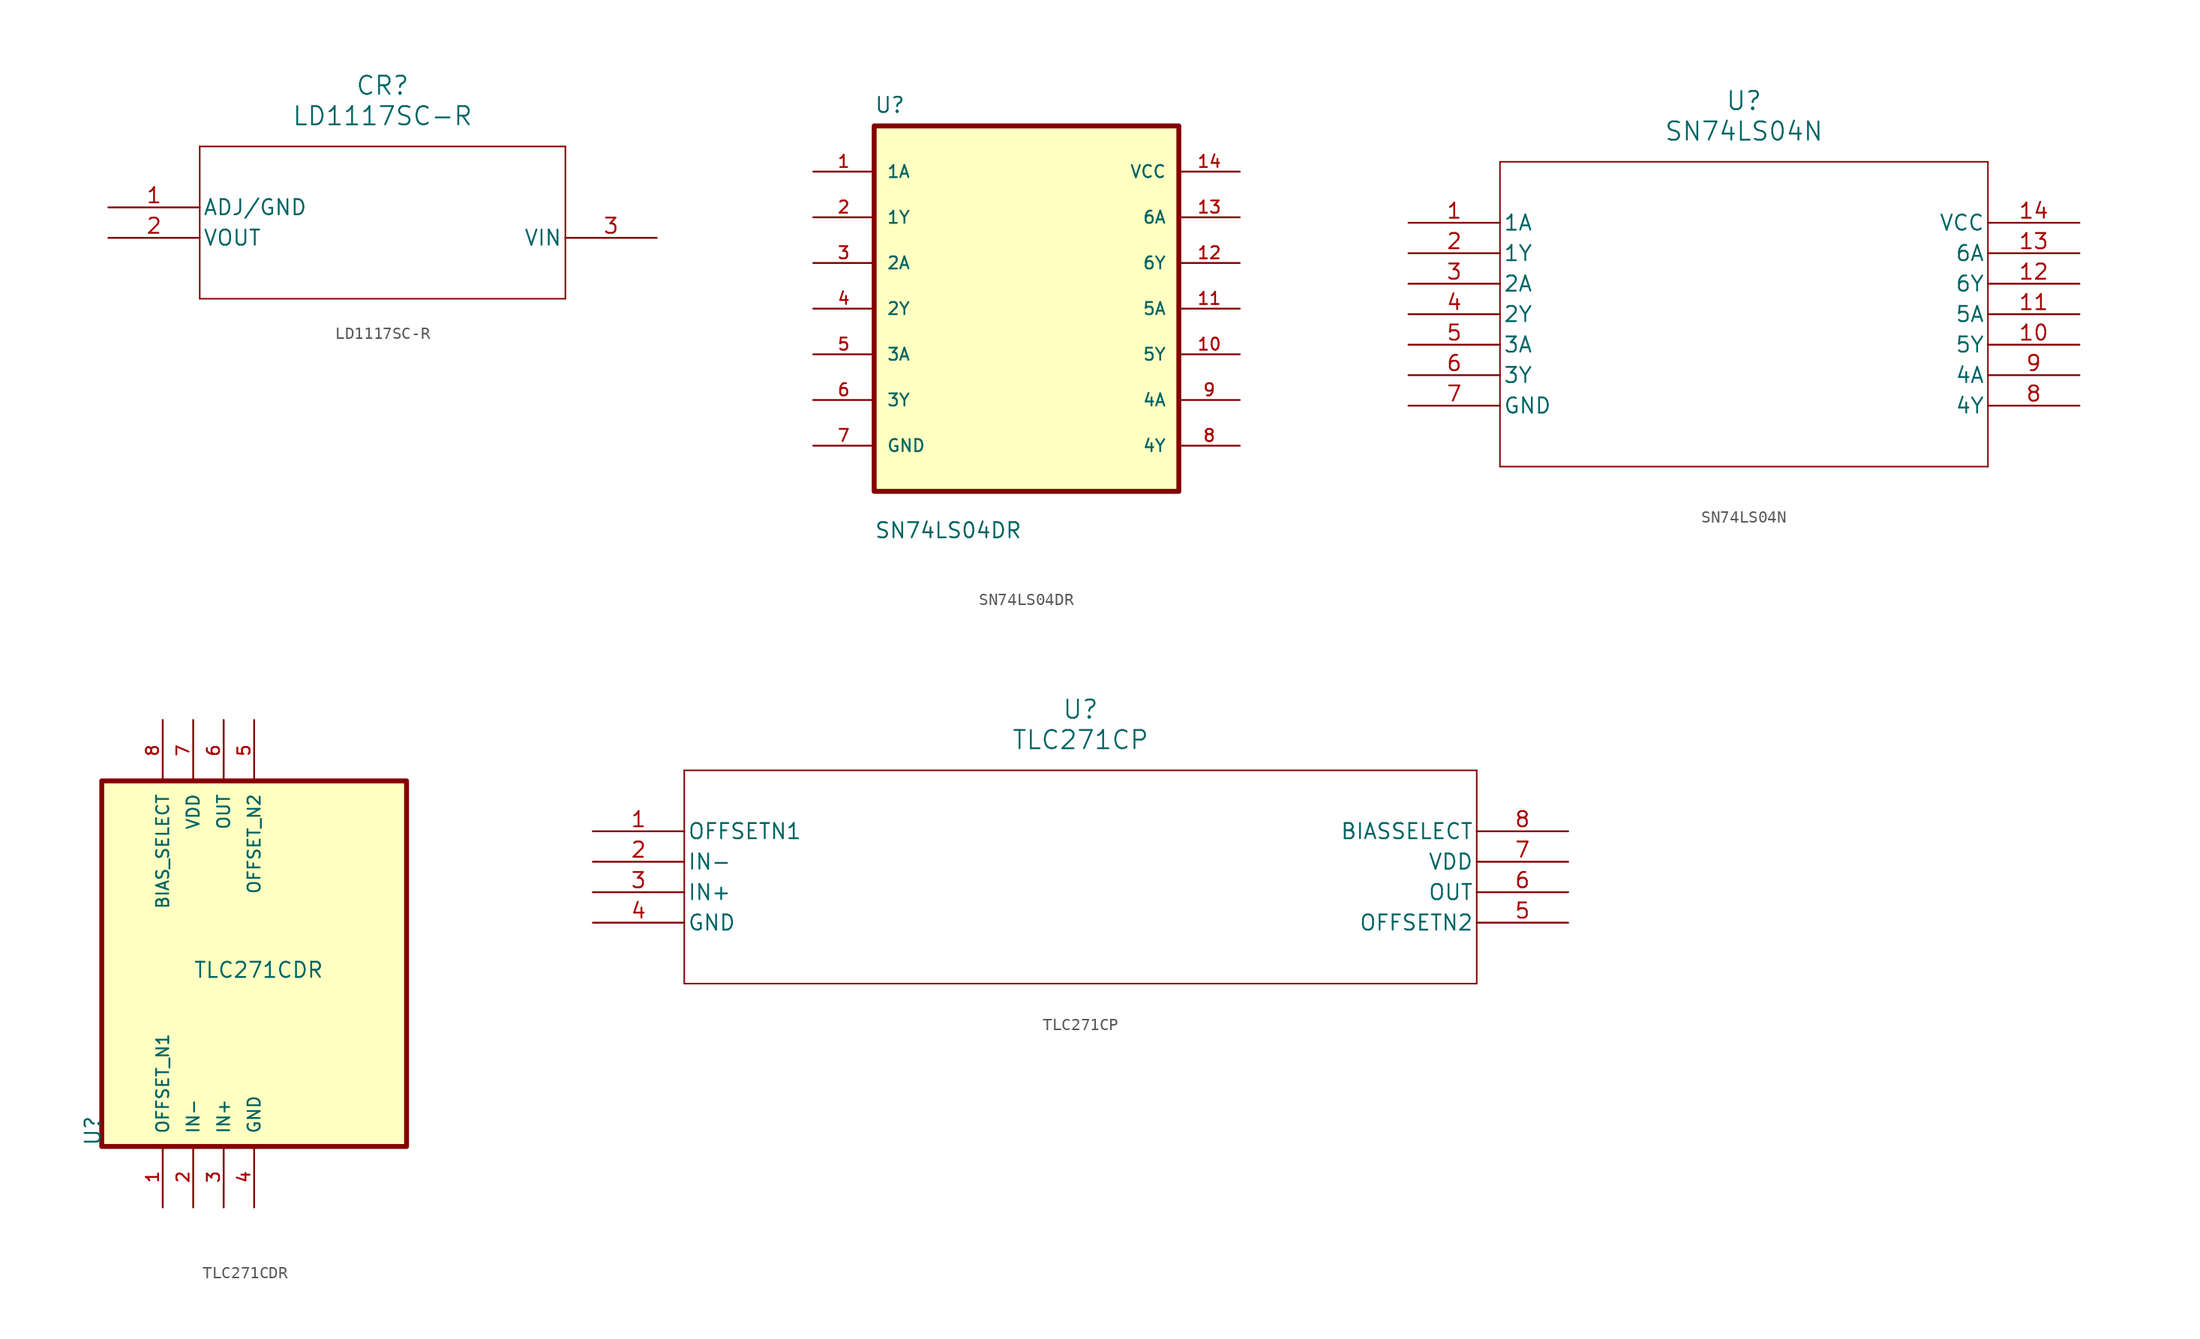
<source format=kicad_sym>
(kicad_symbol_lib
  (version 20211014)
  (generator kicad_symbol_editor)
  (symbol "LD1117SC-R"
    (pin_names
      (offset 0.254))
    (property "Reference" "CR"
      (at 22.86 10.16 0)
      (effects (font (size 1.524 1.524))))
    (property "Value" "LD1117SC-R"
      (at 22.86 7.62 0)
      (effects (font (size 1.524 1.524))))
    (property "ki_locked" ""
      (at 0 0 0)
      (effects (font (size 1.27 1.27))))
    (symbol "LD1117SC-R_0_1"
      (polyline (pts (xy 7.62 -7.62) (xy 38.1 -7.62)) (stroke (width 0.127) (type default) (color 0 0 0 0)) (fill (type none)))
      (polyline (pts (xy 7.62 5.08) (xy 7.62 -7.62)) (stroke (width 0.127) (type default) (color 0 0 0 0)) (fill (type none)))
      (polyline (pts (xy 38.1 -7.62) (xy 38.1 5.08)) (stroke (width 0.127) (type default) (color 0 0 0 0)) (fill (type none)))
      (polyline (pts (xy 38.1 5.08) (xy 7.62 5.08)) (stroke (width 0.127) (type default) (color 0 0 0 0)) (fill (type none)))
      (pin power_out line (at 0 0 0) (length 7.62) (name "ADJ/GND" (effects (font (size 1.27 1.27)))) (number "1" (effects (font (size 1.27 1.27)))))
      (pin power_in line (at 0 -2.54 0) (length 7.62) (name "VOUT" (effects (font (size 1.27 1.27)))) (number "2" (effects (font (size 1.27 1.27)))))
      (pin power_in line (at 45.72 -2.54 180) (length 7.62) (name "VIN" (effects (font (size 1.27 1.27)))) (number "3" (effects (font (size 1.27 1.27)))))))
  (symbol "SN74LS04DR"
    (pin_names
      (offset 1.016))
    (property "Reference" "U"
      (at -12.7 16.24 0)
      (effects (font (size 1.27 1.27)) (justify left bottom)))
    (property "Value" "SN74LS04DR"
      (at -12.7 -19.24 0)
      (effects (font (size 1.27 1.27)) (justify left bottom)))
    (symbol "SN74LS04DR_0_0"
      (rectangle (start -12.7 -15.24) (end 12.7 15.24) (stroke (width 0.41) (type default) (color 0 0 0 0)) (fill (type background)))
      (pin input line (at -17.78 11.43 0) (length 5.08) (name "1A" (effects (font (size 1.016 1.016)))) (number "1" (effects (font (size 1.016 1.016)))))
      (pin output line (at 17.78 -3.81 180) (length 5.08) (name "5Y" (effects (font (size 1.016 1.016)))) (number "10" (effects (font (size 1.016 1.016)))))
      (pin input line (at 17.78 0 180) (length 5.08) (name "5A" (effects (font (size 1.016 1.016)))) (number "11" (effects (font (size 1.016 1.016)))))
      (pin output line (at 17.78 3.81 180) (length 5.08) (name "6Y" (effects (font (size 1.016 1.016)))) (number "12" (effects (font (size 1.016 1.016)))))
      (pin input line (at 17.78 7.62 180) (length 5.08) (name "6A" (effects (font (size 1.016 1.016)))) (number "13" (effects (font (size 1.016 1.016)))))
      (pin power_in line (at 17.78 11.43 180) (length 5.08) (name "VCC" (effects (font (size 1.016 1.016)))) (number "14" (effects (font (size 1.016 1.016)))))
      (pin output line (at -17.78 7.62 0) (length 5.08) (name "1Y" (effects (font (size 1.016 1.016)))) (number "2" (effects (font (size 1.016 1.016)))))
      (pin input line (at -17.78 3.81 0) (length 5.08) (name "2A" (effects (font (size 1.016 1.016)))) (number "3" (effects (font (size 1.016 1.016)))))
      (pin output line (at -17.78 0 0) (length 5.08) (name "2Y" (effects (font (size 1.016 1.016)))) (number "4" (effects (font (size 1.016 1.016)))))
      (pin input line (at -17.78 -3.81 0) (length 5.08) (name "3A" (effects (font (size 1.016 1.016)))) (number "5" (effects (font (size 1.016 1.016)))))
      (pin output line (at -17.78 -7.62 0) (length 5.08) (name "3Y" (effects (font (size 1.016 1.016)))) (number "6" (effects (font (size 1.016 1.016)))))
      (pin power_in line (at -17.78 -11.43 0) (length 5.08) (name "GND" (effects (font (size 1.016 1.016)))) (number "7" (effects (font (size 1.016 1.016)))))
      (pin output line (at 17.78 -11.43 180) (length 5.08) (name "4Y" (effects (font (size 1.016 1.016)))) (number "8" (effects (font (size 1.016 1.016)))))
      (pin input line (at 17.78 -7.62 180) (length 5.08) (name "4A" (effects (font (size 1.016 1.016)))) (number "9" (effects (font (size 1.016 1.016)))))))
  (symbol "SN74LS04N"
    (pin_names
      (offset 0.254))
    (property "Reference" "U"
      (at 27.94 10.16 0)
      (effects (font (size 1.524 1.524))))
    (property "Value" "SN74LS04N"
      (at 27.94 7.62 0)
      (effects (font (size 1.524 1.524))))
    (property "ki_locked" ""
      (at 0 0 0)
      (effects (font (size 1.27 1.27))))
    (symbol "SN74LS04N_0_1"
      (polyline (pts (xy 7.62 -20.32) (xy 48.26 -20.32)) (stroke (width 0.127) (type default) (color 0 0 0 0)) (fill (type none)))
      (polyline (pts (xy 7.62 5.08) (xy 7.62 -20.32)) (stroke (width 0.127) (type default) (color 0 0 0 0)) (fill (type none)))
      (polyline (pts (xy 48.26 -20.32) (xy 48.26 5.08)) (stroke (width 0.127) (type default) (color 0 0 0 0)) (fill (type none)))
      (polyline (pts (xy 48.26 5.08) (xy 7.62 5.08)) (stroke (width 0.127) (type default) (color 0 0 0 0)) (fill (type none)))
      (pin input line (at 0 0 0) (length 7.62) (name "1A" (effects (font (size 1.27 1.27)))) (number "1" (effects (font (size 1.27 1.27)))))
      (pin output line (at 55.88 -10.16 180) (length 7.62) (name "5Y" (effects (font (size 1.27 1.27)))) (number "10" (effects (font (size 1.27 1.27)))))
      (pin input line (at 55.88 -7.62 180) (length 7.62) (name "5A" (effects (font (size 1.27 1.27)))) (number "11" (effects (font (size 1.27 1.27)))))
      (pin output line (at 55.88 -5.08 180) (length 7.62) (name "6Y" (effects (font (size 1.27 1.27)))) (number "12" (effects (font (size 1.27 1.27)))))
      (pin input line (at 55.88 -2.54 180) (length 7.62) (name "6A" (effects (font (size 1.27 1.27)))) (number "13" (effects (font (size 1.27 1.27)))))
      (pin power_in line (at 55.88 0 180) (length 7.62) (name "VCC" (effects (font (size 1.27 1.27)))) (number "14" (effects (font (size 1.27 1.27)))))
      (pin output line (at 0 -2.54 0) (length 7.62) (name "1Y" (effects (font (size 1.27 1.27)))) (number "2" (effects (font (size 1.27 1.27)))))
      (pin input line (at 0 -5.08 0) (length 7.62) (name "2A" (effects (font (size 1.27 1.27)))) (number "3" (effects (font (size 1.27 1.27)))))
      (pin output line (at 0 -7.62 0) (length 7.62) (name "2Y" (effects (font (size 1.27 1.27)))) (number "4" (effects (font (size 1.27 1.27)))))
      (pin input line (at 0 -10.16 0) (length 7.62) (name "3A" (effects (font (size 1.27 1.27)))) (number "5" (effects (font (size 1.27 1.27)))))
      (pin output line (at 0 -12.7 0) (length 7.62) (name "3Y" (effects (font (size 1.27 1.27)))) (number "6" (effects (font (size 1.27 1.27)))))
      (pin power_in line (at 0 -15.24 0) (length 7.62) (name "GND" (effects (font (size 1.27 1.27)))) (number "7" (effects (font (size 1.27 1.27)))))
      (pin output line (at 55.88 -15.24 180) (length 7.62) (name "4Y" (effects (font (size 1.27 1.27)))) (number "8" (effects (font (size 1.27 1.27)))))
      (pin input line (at 55.88 -12.7 180) (length 7.62) (name "4A" (effects (font (size 1.27 1.27)))) (number "9" (effects (font (size 1.27 1.27)))))))
  (symbol "TLC271CDR"
    (pin_names
      (offset 1.016))
    (property "Reference" "U"
      (at -12.7 -15.24 90)
      (effects (font (size 1.27 1.27)) (justify left bottom)))
    (property "Value" "TLC271CDR"
      (at -5.08 -1.27 0)
      (effects (font (size 1.27 1.27)) (justify left bottom)))
    (symbol "TLC271CDR_0_0"
      (rectangle (start -12.7 -15.24) (end 12.7 15.24) (stroke (width 0.41) (type default) (color 0 0 0 0)) (fill (type background)))
      (pin bidirectional line (at -7.62 -20.32 90) (length 5.08) (name "OFFSET_N1" (effects (font (size 1.016 1.016)))) (number "1" (effects (font (size 1.016 1.016)))))
      (pin input line (at -5.08 -20.32 90) (length 5.08) (name "IN-" (effects (font (size 1.016 1.016)))) (number "2" (effects (font (size 1.016 1.016)))))
      (pin input line (at -2.54 -20.32 90) (length 5.08) (name "IN+" (effects (font (size 1.016 1.016)))) (number "3" (effects (font (size 1.016 1.016)))))
      (pin power_in line (at 0 -20.32 90) (length 5.08) (name "GND" (effects (font (size 1.016 1.016)))) (number "4" (effects (font (size 1.016 1.016)))))
      (pin bidirectional line (at 0 20.32 270) (length 5.08) (name "OFFSET_N2" (effects (font (size 1.016 1.016)))) (number "5" (effects (font (size 1.016 1.016)))))
      (pin output line (at -2.54 20.32 270) (length 5.08) (name "OUT" (effects (font (size 1.016 1.016)))) (number "6" (effects (font (size 1.016 1.016)))))
      (pin power_in line (at -5.08 20.32 270) (length 5.08) (name "VDD" (effects (font (size 1.016 1.016)))) (number "7" (effects (font (size 1.016 1.016)))))
      (pin input line (at -7.62 20.32 270) (length 5.08) (name "BIAS_SELECT" (effects (font (size 1.016 1.016)))) (number "8" (effects (font (size 1.016 1.016)))))))
  (symbol "TLC271CP"
    (pin_names
      (offset 0.254))
    (property "Reference" "U"
      (at 40.64 10.16 0)
      (effects (font (size 1.524 1.524))))
    (property "Value" "TLC271CP"
      (at 40.64 7.62 0)
      (effects (font (size 1.524 1.524))))
    (property "ki_locked" ""
      (at 0 0 0)
      (effects (font (size 1.27 1.27))))
    (symbol "TLC271CP_0_1"
      (polyline (pts (xy 7.62 -12.7) (xy 73.66 -12.7)) (stroke (width 0.127) (type default) (color 0 0 0 0)) (fill (type none)))
      (polyline (pts (xy 7.62 5.08) (xy 7.62 -12.7)) (stroke (width 0.127) (type default) (color 0 0 0 0)) (fill (type none)))
      (polyline (pts (xy 73.66 -12.7) (xy 73.66 5.08)) (stroke (width 0.127) (type default) (color 0 0 0 0)) (fill (type none)))
      (polyline (pts (xy 73.66 5.08) (xy 7.62 5.08)) (stroke (width 0.127) (type default) (color 0 0 0 0)) (fill (type none)))
      (pin unspecified line (at 0 0 0) (length 7.62) (name "OFFSETN1" (effects (font (size 1.27 1.27)))) (number "1" (effects (font (size 1.27 1.27)))))
      (pin input line (at 0 -2.54 0) (length 7.62) (name "IN-" (effects (font (size 1.27 1.27)))) (number "2" (effects (font (size 1.27 1.27)))))
      (pin input line (at 0 -5.08 0) (length 7.62) (name "IN+" (effects (font (size 1.27 1.27)))) (number "3" (effects (font (size 1.27 1.27)))))
      (pin power_in line (at 0 -7.62 0) (length 7.62) (name "GND" (effects (font (size 1.27 1.27)))) (number "4" (effects (font (size 1.27 1.27)))))
      (pin unspecified line (at 81.28 -7.62 180) (length 7.62) (name "OFFSETN2" (effects (font (size 1.27 1.27)))) (number "5" (effects (font (size 1.27 1.27)))))
      (pin output line (at 81.28 -5.08 180) (length 7.62) (name "OUT" (effects (font (size 1.27 1.27)))) (number "6" (effects (font (size 1.27 1.27)))))
      (pin power_in line (at 81.28 -2.54 180) (length 7.62) (name "VDD" (effects (font (size 1.27 1.27)))) (number "7" (effects (font (size 1.27 1.27)))))
      (pin unspecified line (at 81.28 0 180) (length 7.62) (name "BIASSELECT" (effects (font (size 1.27 1.27)))) (number "8" (effects (font (size 1.27 1.27))))))))
</source>
